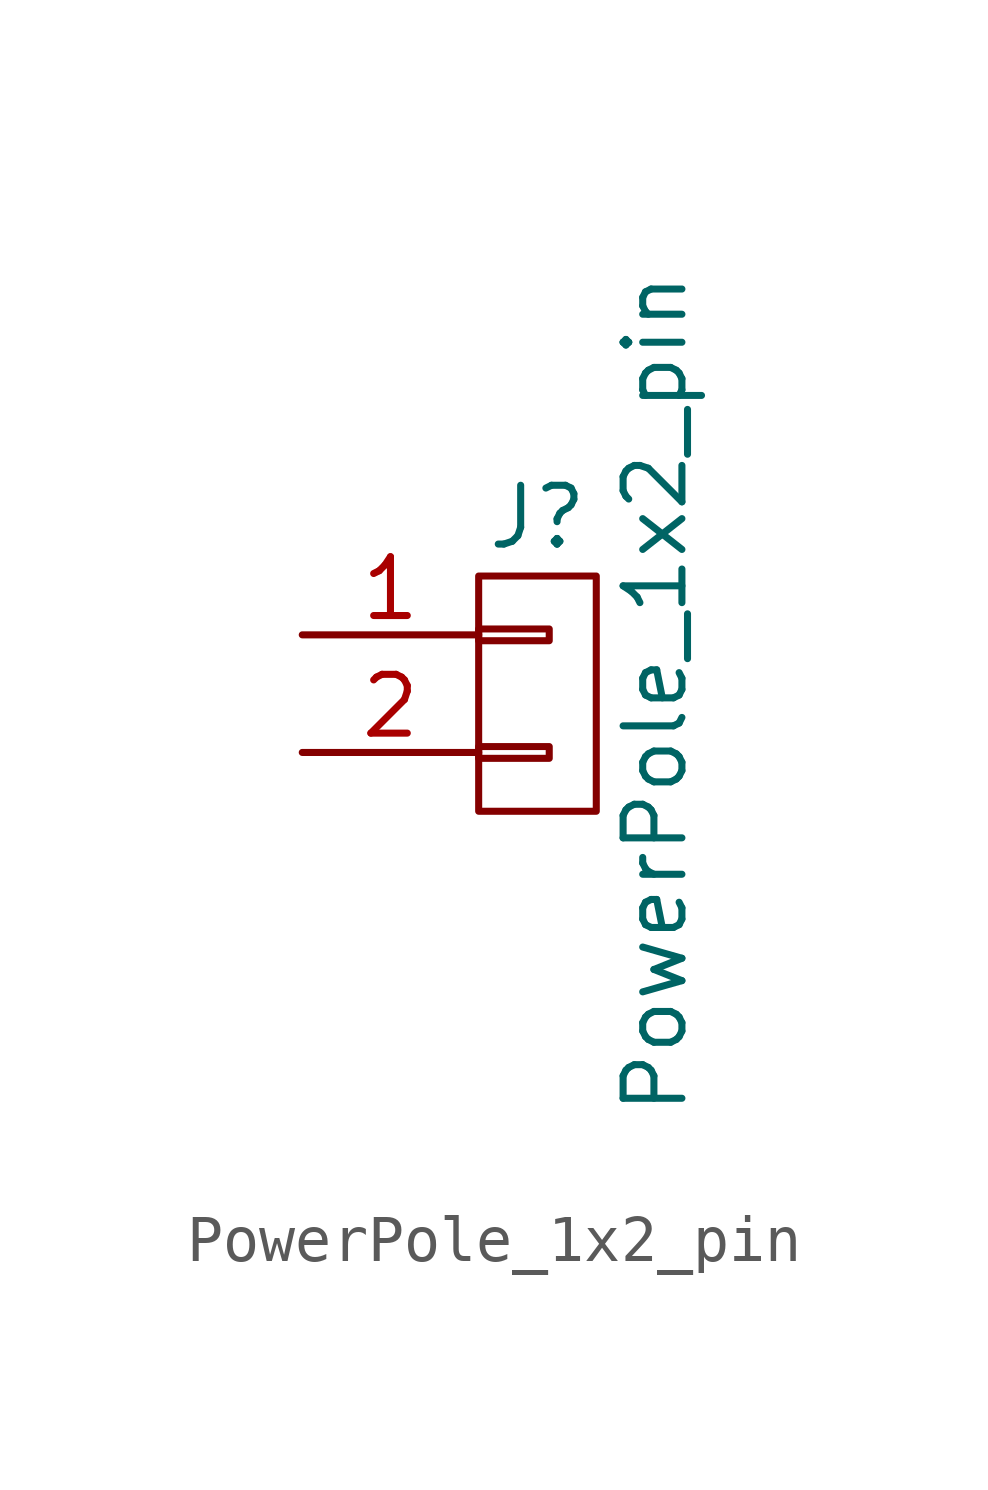
<source format=kicad_sym>
(kicad_symbol_lib
  (version 20211014)
  (generator kicad_symbol_editor)
  (symbol "PowerPole_1x2_pin"
    (pin_names
      (offset 1.016) hide)
    (property "Reference" "J"
      (at 0 3.81 0)
      (effects (font (size 1.27 1.27))))
    (property "Value" "PowerPole_1x2_pin"
      (at 2.54 0 90)
      (effects (font (size 1.27 1.27))))
    (symbol "PowerPole_1x2_pin_0_1"
      (rectangle (start -1.27 -1.143) (end 0.254 -1.397) (stroke (width 0) (type default) (color 0 0 0 0)) (fill (type none)))
      (rectangle (start -1.27 1.397) (end 0.254 1.143) (stroke (width 0) (type default) (color 0 0 0 0)) (fill (type none)))
      (rectangle (start -1.27 2.54) (end 1.27 -2.54) (stroke (width 0) (type default) (color 0 0 0 0)) (fill (type none))))
    (symbol "PowerPole_1x2_pin_1_1"
      (pin passive line (at -5.08 1.27 0) (length 3.81) (name "P1" (effects (font (size 1.27 1.27)))) (number "1" (effects (font (size 1.27 1.27)))))
      (pin passive line (at -5.08 -1.27 0) (length 3.81) (name "P2" (effects (font (size 1.27 1.27)))) (number "2" (effects (font (size 1.27 1.27)))))
      (pin passive line (at 0 -2.54 90) (length 0) hide (name "E" (effects (font (size 1.27 1.27)))) (number "E" (effects (font (size 1.27 1.27))))))))
</source>
